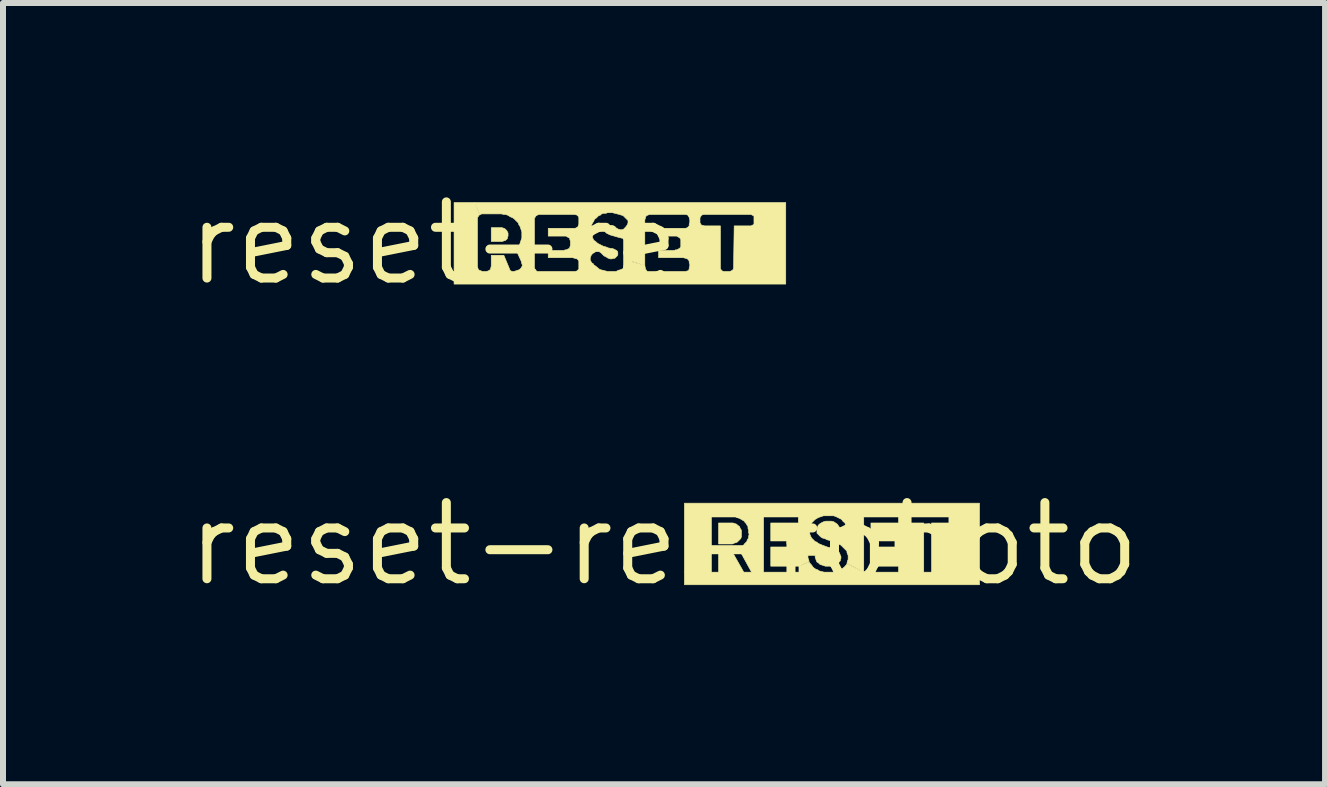
<source format=kicad_pcb>
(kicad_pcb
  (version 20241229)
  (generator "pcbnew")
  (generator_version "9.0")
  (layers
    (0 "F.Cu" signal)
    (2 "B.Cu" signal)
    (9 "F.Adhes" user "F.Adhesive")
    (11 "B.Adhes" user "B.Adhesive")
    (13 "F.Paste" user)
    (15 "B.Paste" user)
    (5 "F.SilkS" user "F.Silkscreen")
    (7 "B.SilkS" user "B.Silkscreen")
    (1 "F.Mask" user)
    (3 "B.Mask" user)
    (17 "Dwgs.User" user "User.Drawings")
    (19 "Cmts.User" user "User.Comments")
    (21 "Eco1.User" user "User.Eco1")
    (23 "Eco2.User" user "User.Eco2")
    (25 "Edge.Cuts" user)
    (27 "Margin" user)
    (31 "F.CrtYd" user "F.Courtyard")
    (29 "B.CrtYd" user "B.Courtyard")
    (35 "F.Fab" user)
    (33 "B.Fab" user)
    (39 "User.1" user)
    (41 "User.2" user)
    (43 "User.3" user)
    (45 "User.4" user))
  (footprint "reset-re"
    (layer "F.Cu")
    (at 4.18 1.006)
    (property "Reference" "reset-re" (at 0 0 0) (layer "F.SilkS") (effects (font (size 1.27 1.27) (thickness 0.15))))
    (attr board_only exclude_from_pos_files exclude_from_bom)
    (fp_poly (pts (xy 0.96 -0.03) (xy 1.14 -0.03) (xy 1.17 -0.04) (xy 1.2 -0.05) (xy 1.21 -0.06) (xy 1.23 -0.08) (xy 1.23 -0.1) (xy 1.24 -0.12) (xy 1.24 -0.14) (xy 1.24 -0.17) (xy 1.23 -0.19) (xy 1.22 -0.21) (xy 1.21 -0.22) (xy 1.19 -0.24) (xy 1.17 -0.25) (xy 1.14 -0.26) (xy 1.13 -0.26) (xy 0.96 -0.26) (xy 0.96 -0.03)) (stroke (width 0.01) (type solid)) (fill yes) (layer "F.SilkS"))
    (fp_poly (pts (xy 0.68 -0.68) (xy 0.34 -0.68) (xy 0.34 0.68) (xy 5.87 0.68) (xy 5.87 -0.68) (xy 0.68 -0.68) (xy 0.77 -0.48) (xy 0.78 -0.48) (xy 0.8 -0.49) (xy 0.83 -0.49) (xy 1.13 -0.49) (xy 1.17 -0.48) (xy 1.2 -0.48) (xy 1.23 -0.47) (xy 1.25 -0.46) (xy 1.28 -0.44) (xy 1.31 -0.43) (xy 1.34 -0.41) (xy 1.36 -0.39) (xy 1.39 -0.36) (xy 1.41 -0.34) (xy 1.42 -0.31) (xy 1.44 -0.28) (xy 1.45 -0.25) (xy 1.46 -0.22) (xy 1.47 -0.19) (xy 1.47 -0.16) (xy 1.47 -0.13) (xy 1.47 -0.09) (xy 1.46 -0.06) (xy 1.45 -0.03) (xy 1.44 0) (xy 1.43 0.03) (xy 1.41 0.05) (xy 1.39 0.08) (xy 1.37 0.1) (xy 1.41 0.19) (xy 1.46 0.3) (xy 1.47 0.34) (xy 1.48 0.37) (xy 1.68 0.37) (xy 1.68 -0.37) (xy 1.68 -0.39) (xy 1.68 -0.42) (xy 1.69 -0.43) (xy 1.7 -0.45) (xy 1.71 -0.46) (xy 1.73 -0.47) (xy 1.75 -0.48) (xy 1.79 -0.48) (xy 2.32 -0.48) (xy 2.35 -0.48) (xy 2.39 -0.47) (xy 2.4 -0.46) (xy 2.41 -0.45) (xy 2.42 -0.43) (xy 2.42 -0.39) (xy 2.42 -0.35) (xy 2.42 -0.32) (xy 2.41 -0.29) (xy 2.4 -0.27) (xy 2.38 -0.26) (xy 2.36 -0.25) (xy 2.32 -0.25) (xy 1.91 -0.25) (xy 1.91 -0.12) (xy 2.21 -0.12) (xy 2.22 -0.11) (xy 2.26 -0.09) (xy 2.27 -0.08) (xy 2.27 -0.06) (xy 2.28 -0.04) (xy 2.28 0) (xy 2.28 0.02) (xy 2.28 0.04) (xy 2.27 0.06) (xy 2.27 0.07) (xy 2.26 0.09) (xy 2.25 0.09) (xy 2.21 0.11) (xy 2.19 0.11) (xy 2.17 0.12) (xy 1.91 0.12) (xy 1.91 0.24) (xy 2.32 0.24) (xy 2.35 0.25) (xy 2.39 0.26) (xy 2.4 0.27) (xy 2.41 0.28) (xy 2.42 0.3) (xy 2.42 0.32) (xy 2.61 0.28) (xy 2.61 0.25) (xy 2.61 0.24) (xy 2.62 0.22) (xy 2.62 0.21) (xy 2.65 0.17) (xy 2.67 0.16) (xy 2.7 0.14) (xy 2.72 0.14) (xy 2.73 0.14) (xy 2.75 0.14) (xy 2.76 0.14) (xy 2.79 0.16) (xy 2.84 0.21) (xy 2.88 0.23) (xy 2.91 0.25) (xy 2.93 0.25) (xy 2.94 0.26) (xy 2.97 0.26) (xy 3 0.25) (xy 3.02 0.25) (xy 3.03 0.24) (xy 3.05 0.22) (xy 3.06 0.21) (xy 3.07 0.19) (xy 3.07 0.17) (xy 3.07 0.15) (xy 3.06 0.13) (xy 3.05 0.12) (xy 3.03 0.11) (xy 3.01 0.1) (xy 2.99 0.09) (xy 2.92 0.08) (xy 2.87 0.06) (xy 2.83 0.05) (xy 2.79 0.03) (xy 2.75 0.01) (xy 2.72 -0.01) (xy 2.7 -0.03) (xy 2.67 -0.05) (xy 2.65 -0.09) (xy 2.64 -0.13) (xy 2.63 -0.17) (xy 2.62 -0.21) (xy 2.62 -0.26) (xy 2.63 -0.3) (xy 2.65 -0.34) (xy 2.67 -0.37) (xy 2.68 -0.4) (xy 2.71 -0.42) (xy 2.73 -0.44) (xy 2.75 -0.46) (xy 2.78 -0.47) (xy 2.8 -0.49) (xy 2.83 -0.5) (xy 2.87 -0.5) (xy 2.9 -0.51) (xy 2.94 -0.51) (xy 2.98 -0.51) (xy 3.02 -0.5) (xy 3.06 -0.49) (xy 3.1 -0.48) (xy 3.13 -0.47) (xy 3.16 -0.46) (xy 3.2 -0.42) (xy 3.22 -0.4) (xy 3.24 -0.38) (xy 3.24 -0.36) (xy 3.24 -0.35) (xy 3.24 -0.34) (xy 3.23 -0.31) (xy 3.2 -0.27) (xy 3.17 -0.24) (xy 3.16 -0.23) (xy 3.14 -0.23) (xy 3.12 -0.22) (xy 3.11 -0.23) (xy 3.09 -0.23) (xy 3.05 -0.25) (xy 3.02 -0.28) (xy 3 -0.29) (xy 2.97 -0.3) (xy 2.93 -0.3) (xy 2.91 -0.29) (xy 2.9 -0.29) (xy 2.88 -0.28) (xy 2.87 -0.27) (xy 2.86 -0.26) (xy 2.85 -0.24) (xy 2.85 -0.23) (xy 2.85 -0.21) (xy 2.86 -0.19) (xy 2.87 -0.18) (xy 2.88 -0.17) (xy 2.9 -0.16) (xy 2.94 -0.14) (xy 3.08 -0.1) (xy 3.12 -0.09) (xy 3.16 -0.08) (xy 3.19 -0.06) (xy 3.21 -0.05) (xy 3.23 -0.03) (xy 3.25 -0.01) (xy 3.27 0.03) (xy 3.29 0.07) (xy 3.3 0.11) (xy 3.3 0.16) (xy 3.3 0.21) (xy 3.29 0.25) (xy 3.27 0.29) (xy 3.52 0.37) (xy 3.52 -0.37) (xy 3.52 -0.39) (xy 3.53 -0.42) (xy 3.53 -0.43) (xy 3.54 -0.45) (xy 3.55 -0.46) (xy 3.57 -0.47) (xy 3.6 -0.48) (xy 3.63 -0.48) (xy 4.16 -0.48) (xy 4.2 -0.48) (xy 4.24 -0.47) (xy 4.24 -0.46) (xy 4.25 -0.45) (xy 4.26 -0.43) (xy 4.27 -0.39) (xy 4.44 -0.38) (xy 4.44 -0.41) (xy 4.44 -0.43) (xy 4.45 -0.44) (xy 4.46 -0.46) (xy 4.47 -0.47) (xy 4.5 -0.48) (xy 4.53 -0.48) (xy 5.27 -0.48) (xy 5.29 -0.48) (xy 5.31 -0.47) (xy 5.33 -0.46) (xy 5.34 -0.45) (xy 5.34 -0.43) (xy 5.34 -0.4) (xy 5.34 -0.36) (xy 5.34 -0.33) (xy 5.34 -0.32) (xy 5.33 -0.31) (xy 5.31 -0.3) (xy 5.29 -0.29) (xy 5.26 -0.29) (xy 5.01 -0.29) (xy 5 0.38) (xy 5 0.41) (xy 4.99 0.44) (xy 4.98 0.45) (xy 4.96 0.46) (xy 4.94 0.47) (xy 4.9 0.47) (xy 4.86 0.47) (xy 4.83 0.47) (xy 4.81 0.46) (xy 4.8 0.45) (xy 4.79 0.44) (xy 4.78 0.42) (xy 4.78 0.41) (xy 4.78 -0.29) (xy 4.52 -0.29) (xy 4.48 -0.3) (xy 4.47 -0.3) (xy 4.46 -0.31) (xy 4.45 -0.32) (xy 4.45 -0.33) (xy 4.44 -0.34) (xy 4.44 -0.36) (xy 4.44 -0.38) (xy 4.27 -0.39) (xy 4.27 -0.35) (xy 4.26 -0.32) (xy 4.26 -0.29) (xy 4.24 -0.27) (xy 4.23 -0.26) (xy 4.2 -0.25) (xy 4.16 -0.25) (xy 3.75 -0.25) (xy 3.75 -0.12) (xy 4.05 -0.12) (xy 4.07 -0.11) (xy 4.1 -0.09) (xy 4.11 -0.08) (xy 4.12 -0.06) (xy 4.12 -0.04) (xy 4.12 0) (xy 4.12 0.02) (xy 4.12 0.04) (xy 4.12 0.06) (xy 4.11 0.07) (xy 4.1 0.09) (xy 4.09 0.09) (xy 4.05 0.11) (xy 4.03 0.11) (xy 4.01 0.12) (xy 3.75 0.12) (xy 3.75 0.24) (xy 4.16 0.24) (xy 4.2 0.25) (xy 4.23 0.26) (xy 4.24 0.27) (xy 4.25 0.28) (xy 4.26 0.3) (xy 4.26 0.32) (xy 4.27 0.35) (xy 4.27 0.38) (xy 4.26 0.41) (xy 4.26 0.43) (xy 4.25 0.45) (xy 4.24 0.46) (xy 4.23 0.46) (xy 4.2 0.47) (xy 4.16 0.47) (xy 3.62 0.47) (xy 3.59 0.47) (xy 3.57 0.47) (xy 3.55 0.46) (xy 3.54 0.44) (xy 3.53 0.43) (xy 3.53 0.42) (xy 3.52 0.37) (xy 3.27 0.3) (xy 3.25 0.33) (xy 3.23 0.37) (xy 3.2 0.39) (xy 3.16 0.42) (xy 3.12 0.44) (xy 3.08 0.45) (xy 3.04 0.47) (xy 2.99 0.47) (xy 2.95 0.47) (xy 2.9 0.47) (xy 2.86 0.46) (xy 2.82 0.45) (xy 2.78 0.44) (xy 2.76 0.43) (xy 2.7 0.38) (xy 2.67 0.36) (xy 2.66 0.34) (xy 2.64 0.33) (xy 2.62 0.3) (xy 2.61 0.28) (xy 2.42 0.32) (xy 2.42 0.35) (xy 2.42 0.38) (xy 2.42 0.41) (xy 2.42 0.43) (xy 2.4 0.45) (xy 2.4 0.46) (xy 2.39 0.46) (xy 2.36 0.47) (xy 2.32 0.47) (xy 1.78 0.47) (xy 1.75 0.47) (xy 1.73 0.47) (xy 1.71 0.46) (xy 1.7 0.44) (xy 1.69 0.43) (xy 1.68 0.42) (xy 1.68 0.37) (xy 1.48 0.37) (xy 1.47 0.39) (xy 1.46 0.41) (xy 1.45 0.42) (xy 1.43 0.44) (xy 1.37 0.46) (xy 1.34 0.47) (xy 1.33 0.47) (xy 1.31 0.47) (xy 1.3 0.47) (xy 1.29 0.46) (xy 1.27 0.45) (xy 1.27 0.44) (xy 1.17 0.2) (xy 0.96 0.2) (xy 0.96 0.38) (xy 0.95 0.42) (xy 0.95 0.43) (xy 0.94 0.44) (xy 0.93 0.45) (xy 0.91 0.46) (xy 0.88 0.47) (xy 0.85 0.47) (xy 0.81 0.47) (xy 0.79 0.46) (xy 0.76 0.45) (xy 0.75 0.44) (xy 0.74 0.43) (xy 0.74 0.42) (xy 0.73 0.39) (xy 0.73 0.36) (xy 0.73 -0.42) (xy 0.73 -0.43) (xy 0.74 -0.44) (xy 0.75 -0.46) (xy 0.75 -0.47) (xy 0.77 -0.47) (xy 0.68 -0.68)) (stroke (width 0.01) (type solid)) (fill yes) (layer "F.SilkS")))
  (footprint "reset-re-roboto"
    (layer "F.Cu")
    (at 8.02 6.019)
    (property "Reference" "reset-re-roboto" (at 0 0 0) (layer "F.SilkS") (effects (font (size 1.27 1.27) (thickness 0.15))))
    (attr board_only exclude_from_pos_files exclude_from_bom)
    (fp_poly (pts (xy 0.91 0) (xy 1.1 0) (xy 1.14 0) (xy 1.16 -0.01) (xy 1.19 -0.02) (xy 1.22 -0.03) (xy 1.24 -0.05) (xy 1.26 -0.07) (xy 1.28 -0.09) (xy 1.29 -0.12) (xy 1.29 -0.15) (xy 1.29 -0.2) (xy 1.29 -0.23) (xy 1.27 -0.26) (xy 1.26 -0.29) (xy 1.23 -0.31) (xy 1.21 -0.33) (xy 1.18 -0.34) (xy 1.15 -0.35) (xy 1.1 -0.35) (xy 0.91 -0.35) (xy 0.91 0)) (stroke (width 0.01) (type solid)) (fill yes) (layer "F.SilkS"))
    (fp_poly (pts (xy 0.68 -0.68) (xy 0.34 -0.68) (xy 0.34 0.68) (xy 5.26 0.68) (xy 5.26 -0.68) (xy 0.68 -0.68) (xy 0.79 -0.45) (xy 1.1 -0.45) (xy 1.15 -0.45) (xy 1.19 -0.45) (xy 1.25 -0.43) (xy 1.27 -0.42) (xy 1.29 -0.41) (xy 1.32 -0.39) (xy 1.34 -0.38) (xy 1.35 -0.36) (xy 1.37 -0.34) (xy 1.38 -0.32) (xy 1.4 -0.29) (xy 1.4 -0.26) (xy 1.41 -0.23) (xy 1.41 -0.19) (xy 1.42 -0.16) (xy 1.41 -0.13) (xy 1.41 -0.1) (xy 1.39 -0.07) (xy 1.38 -0.04) (xy 1.36 -0.02) (xy 1.34 0) (xy 1.32 0.03) (xy 1.3 0.04) (xy 1.27 0.06) (xy 1.24 0.07) (xy 1.46 0.47) (xy 1.66 0.47) (xy 1.66 -0.45) (xy 2.24 -0.45) (xy 2.24 -0.35) (xy 1.78 -0.35) (xy 1.78 -0.05) (xy 2.18 -0.05) (xy 2.18 0.05) (xy 1.78 0.05) (xy 1.78 0.37) (xy 2.25 0.37) (xy 2.42 0.29) (xy 2.41 0.26) (xy 2.4 0.23) (xy 2.4 0.19) (xy 2.52 0.19) (xy 2.52 0.22) (xy 2.53 0.25) (xy 2.54 0.28) (xy 2.55 0.3) (xy 2.58 0.32) (xy 2.6 0.34) (xy 2.63 0.35) (xy 2.66 0.36) (xy 2.69 0.37) (xy 2.73 0.37) (xy 2.77 0.37) (xy 2.81 0.37) (xy 2.84 0.36) (xy 2.87 0.35) (xy 2.89 0.34) (xy 2.91 0.32) (xy 2.92 0.3) (xy 2.94 0.28) (xy 2.94 0.26) (xy 2.95 0.24) (xy 2.95 0.21) (xy 2.94 0.19) (xy 2.93 0.16) (xy 2.92 0.14) (xy 2.91 0.13) (xy 2.9 0.12) (xy 2.88 0.11) (xy 2.86 0.09) (xy 2.8 0.07) (xy 2.72 0.05) (xy 2.64 0.02) (xy 2.57 -0.01) (xy 2.55 -0.03) (xy 2.52 -0.04) (xy 2.5 -0.06) (xy 2.48 -0.08) (xy 2.46 -0.1) (xy 2.45 -0.12) (xy 2.44 -0.14) (xy 2.43 -0.17) (xy 2.43 -0.19) (xy 2.42 -0.22) (xy 2.43 -0.25) (xy 2.43 -0.27) (xy 2.44 -0.3) (xy 2.45 -0.32) (xy 2.46 -0.35) (xy 2.48 -0.37) (xy 2.5 -0.39) (xy 2.52 -0.41) (xy 2.54 -0.42) (xy 2.57 -0.44) (xy 2.6 -0.45) (xy 2.63 -0.46) (xy 2.66 -0.47) (xy 2.69 -0.47) (xy 2.72 -0.47) (xy 2.76 -0.47) (xy 2.8 -0.47) (xy 2.83 -0.47) (xy 2.88 -0.45) (xy 2.92 -0.43) (xy 2.96 -0.41) (xy 2.99 -0.37) (xy 3.01 -0.36) (xy 3.02 -0.34) (xy 3.04 -0.29) (xy 3.06 -0.24) (xy 3.06 -0.2) (xy 2.94 -0.2) (xy 2.94 -0.24) (xy 2.93 -0.27) (xy 2.91 -0.3) (xy 2.89 -0.33) (xy 2.86 -0.35) (xy 2.83 -0.37) (xy 2.79 -0.38) (xy 2.74 -0.38) (xy 2.7 -0.38) (xy 2.66 -0.37) (xy 2.62 -0.35) (xy 2.59 -0.33) (xy 2.57 -0.31) (xy 2.56 -0.28) (xy 2.55 -0.24) (xy 2.55 -0.22) (xy 2.55 -0.21) (xy 2.55 -0.18) (xy 2.57 -0.16) (xy 2.59 -0.14) (xy 2.61 -0.12) (xy 2.64 -0.1) (xy 2.68 -0.09) (xy 2.72 -0.07) (xy 2.83 -0.04) (xy 2.87 -0.02) (xy 2.91 0) (xy 2.95 0.02) (xy 2.98 0.05) (xy 3.01 0.08) (xy 3.04 0.11) (xy 3.05 0.12) (xy 3.05 0.14) (xy 3.06 0.17) (xy 3.07 0.19) (xy 3.07 0.21) (xy 3.07 0.24) (xy 3.07 0.26) (xy 3.06 0.28) (xy 3.05 0.32) (xy 3.33 0.47) (xy 3.33 -0.45) (xy 3.91 -0.45) (xy 3.91 -0.35) (xy 4.04 -0.35) (xy 4.04 -0.45) (xy 4.75 -0.45) (xy 4.75 -0.35) (xy 4.46 -0.35) (xy 4.46 0.47) (xy 4.33 0.47) (xy 4.33 -0.35) (xy 4.04 -0.35) (xy 3.91 -0.35) (xy 3.45 -0.35) (xy 3.45 -0.05) (xy 3.85 -0.05) (xy 3.85 0.05) (xy 3.45 0.05) (xy 3.45 0.37) (xy 3.91 0.37) (xy 3.91 0.47) (xy 3.33 0.47) (xy 3.05 0.33) (xy 3.03 0.36) (xy 3 0.39) (xy 2.96 0.42) (xy 2.93 0.44) (xy 2.9 0.45) (xy 2.87 0.46) (xy 2.83 0.47) (xy 2.79 0.47) (xy 2.74 0.47) (xy 2.7 0.47) (xy 2.67 0.47) (xy 2.63 0.46) (xy 2.59 0.45) (xy 2.56 0.43) (xy 2.53 0.42) (xy 2.5 0.4) (xy 2.48 0.38) (xy 2.46 0.35) (xy 2.44 0.33) (xy 2.42 0.3) (xy 2.25 0.37) (xy 2.25 0.47) (xy 1.66 0.47) (xy 1.46 0.47) (xy 1.33 0.47) (xy 1.12 0.1) (xy 0.91 0.1) (xy 0.91 0.47) (xy 0.79 0.47) (xy 0.79 -0.45) (xy 0.68 -0.68)) (stroke (width 0.01) (type solid)) (fill yes) (layer "F.SilkS")))
  (gr_rect
    (start -3 -3)
    (end 19.041 10.025)
    (stroke (width 0.1) (type default))
    (fill no)
    (layer "Edge.Cuts")))
</source>
